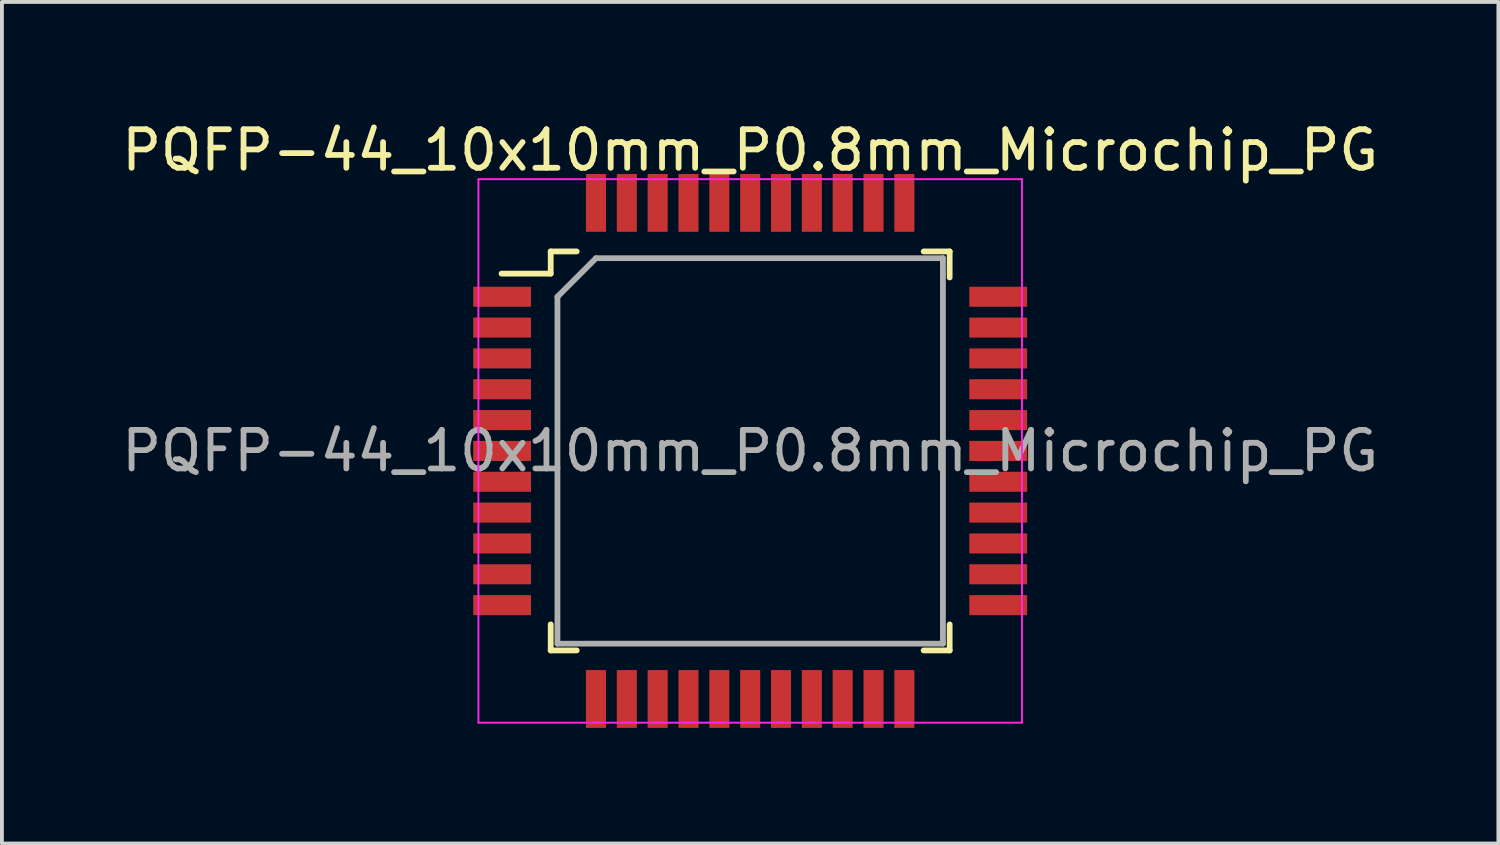
<source format=kicad_pcb>
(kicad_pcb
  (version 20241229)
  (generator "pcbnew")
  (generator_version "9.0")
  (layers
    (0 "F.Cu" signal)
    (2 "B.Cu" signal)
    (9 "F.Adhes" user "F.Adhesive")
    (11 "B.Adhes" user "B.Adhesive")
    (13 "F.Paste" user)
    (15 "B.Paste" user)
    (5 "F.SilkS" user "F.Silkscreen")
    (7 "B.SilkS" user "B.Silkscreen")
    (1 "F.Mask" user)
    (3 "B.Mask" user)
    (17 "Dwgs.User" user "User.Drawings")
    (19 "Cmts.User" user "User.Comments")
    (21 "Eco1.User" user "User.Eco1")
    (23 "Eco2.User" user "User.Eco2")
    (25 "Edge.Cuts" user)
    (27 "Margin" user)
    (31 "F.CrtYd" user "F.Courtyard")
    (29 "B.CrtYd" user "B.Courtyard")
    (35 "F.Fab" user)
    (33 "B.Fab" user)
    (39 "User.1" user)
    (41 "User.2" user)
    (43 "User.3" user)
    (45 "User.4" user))
  (footprint "PQFP-44_10x10mm_P0.8mm_Microchip_PG"
    (layer "F.Cu")
    (at 16.411 8.648)
    (property "Reference" "PQFP-44_10x10mm_P0.8mm_Microchip_PG" (at 0 -7.8 0) (layer "F.SilkS") (effects (font (size 1 1) (thickness 0.15))))
    (attr smd)
    (fp_line (start -5.175 -5.175) (end -5.175 -4.6) (stroke (width 0.15) (type solid)) (layer "F.SilkS"))
    (fp_line (start -5.175 -5.175) (end -4.5 -5.175) (stroke (width 0.15) (type solid)) (layer "F.SilkS"))
    (fp_line (start -5.175 -4.6) (end -6.45 -4.6) (stroke (width 0.15) (type solid)) (layer "F.SilkS"))
    (fp_line (start -5.175 5.175) (end -5.175 4.5) (stroke (width 0.15) (type solid)) (layer "F.SilkS"))
    (fp_line (start -5.175 5.175) (end -4.5 5.175) (stroke (width 0.15) (type solid)) (layer "F.SilkS"))
    (fp_line (start 5.175 -5.175) (end 4.5 -5.175) (stroke (width 0.15) (type solid)) (layer "F.SilkS"))
    (fp_line (start 5.175 -5.175) (end 5.175 -4.5) (stroke (width 0.15) (type solid)) (layer "F.SilkS"))
    (fp_line (start 5.175 5.175) (end 4.5 5.175) (stroke (width 0.15) (type solid)) (layer "F.SilkS"))
    (fp_line (start 5.175 5.175) (end 5.175 4.5) (stroke (width 0.15) (type solid)) (layer "F.SilkS"))
    (fp_line (start -7.05 -7.05) (end -7.05 7.05) (stroke (width 0.05) (type solid)) (layer "F.CrtYd"))
    (fp_line (start -7.05 -7.05) (end 7.05 -7.05) (stroke (width 0.05) (type solid)) (layer "F.CrtYd"))
    (fp_line (start -7.05 7.05) (end 7.05 7.05) (stroke (width 0.05) (type solid)) (layer "F.CrtYd"))
    (fp_line (start 7.05 -7.05) (end 7.05 7.05) (stroke (width 0.05) (type solid)) (layer "F.CrtYd"))
    (fp_line (start -5 -4) (end -4 -5) (stroke (width 0.15) (type solid)) (layer "F.Fab"))
    (fp_line (start -5 5) (end -5 -4) (stroke (width 0.15) (type solid)) (layer "F.Fab"))
    (fp_line (start -4 -5) (end 5 -5) (stroke (width 0.15) (type solid)) (layer "F.Fab"))
    (fp_line (start 5 -5) (end 5 5) (stroke (width 0.15) (type solid)) (layer "F.Fab"))
    (fp_line (start 5 5) (end -5 5) (stroke (width 0.15) (type solid)) (layer "F.Fab"))
    (fp_text user "${REFERENCE}" (at 0 0 0) (layer "F.Fab") (effects (font (size 1 1) (thickness 0.15))))
    (pad "1" smd rect (at -6.435 -4) (size 1.5 0.52) (layers "F.Cu" "F.Mask" "F.Paste"))
    (pad "2" smd rect (at -6.435 -3.2) (size 1.5 0.52) (layers "F.Cu" "F.Mask" "F.Paste"))
    (pad "3" smd rect (at -6.435 -2.4) (size 1.5 0.52) (layers "F.Cu" "F.Mask" "F.Paste"))
    (pad "4" smd rect (at -6.435 -1.6) (size 1.5 0.52) (layers "F.Cu" "F.Mask" "F.Paste"))
    (pad "5" smd rect (at -6.435 -0.8) (size 1.5 0.52) (layers "F.Cu" "F.Mask" "F.Paste"))
    (pad "6" smd rect (at -6.435 0) (size 1.5 0.52) (layers "F.Cu" "F.Mask" "F.Paste"))
    (pad "7" smd rect (at -6.435 0.8) (size 1.5 0.52) (layers "F.Cu" "F.Mask" "F.Paste"))
    (pad "8" smd rect (at -6.435 1.6) (size 1.5 0.52) (layers "F.Cu" "F.Mask" "F.Paste"))
    (pad "9" smd rect (at -6.435 2.4) (size 1.5 0.52) (layers "F.Cu" "F.Mask" "F.Paste"))
    (pad "10" smd rect (at -6.435 3.2) (size 1.5 0.52) (layers "F.Cu" "F.Mask" "F.Paste"))
    (pad "11" smd rect (at -6.435 4) (size 1.5 0.52) (layers "F.Cu" "F.Mask" "F.Paste"))
    (pad "12" smd rect (at -4 6.435) (size 0.52 1.5) (layers "F.Cu" "F.Mask" "F.Paste"))
    (pad "13" smd rect (at -3.2 6.435) (size 0.52 1.5) (layers "F.Cu" "F.Mask" "F.Paste"))
    (pad "14" smd rect (at -2.4 6.435) (size 0.52 1.5) (layers "F.Cu" "F.Mask" "F.Paste"))
    (pad "15" smd rect (at -1.6 6.435) (size 0.52 1.5) (layers "F.Cu" "F.Mask" "F.Paste"))
    (pad "16" smd rect (at -0.8 6.435) (size 0.52 1.5) (layers "F.Cu" "F.Mask" "F.Paste"))
    (pad "17" smd rect (at 0 6.435) (size 0.52 1.5) (layers "F.Cu" "F.Mask" "F.Paste"))
    (pad "18" smd rect (at 0.8 6.435) (size 0.52 1.5) (layers "F.Cu" "F.Mask" "F.Paste"))
    (pad "19" smd rect (at 1.6 6.435) (size 0.52 1.5) (layers "F.Cu" "F.Mask" "F.Paste"))
    (pad "20" smd rect (at 2.4 6.435) (size 0.52 1.5) (layers "F.Cu" "F.Mask" "F.Paste"))
    (pad "21" smd rect (at 3.2 6.435) (size 0.52 1.5) (layers "F.Cu" "F.Mask" "F.Paste"))
    (pad "22" smd rect (at 4 6.435) (size 0.52 1.5) (layers "F.Cu" "F.Mask" "F.Paste"))
    (pad "23" smd rect (at 6.435 4) (size 1.5 0.52) (layers "F.Cu" "F.Mask" "F.Paste"))
    (pad "24" smd rect (at 6.435 3.2) (size 1.5 0.52) (layers "F.Cu" "F.Mask" "F.Paste"))
    (pad "25" smd rect (at 6.435 2.4) (size 1.5 0.52) (layers "F.Cu" "F.Mask" "F.Paste"))
    (pad "26" smd rect (at 6.435 1.6) (size 1.5 0.52) (layers "F.Cu" "F.Mask" "F.Paste"))
    (pad "27" smd rect (at 6.435 0.8) (size 1.5 0.52) (layers "F.Cu" "F.Mask" "F.Paste"))
    (pad "28" smd rect (at 6.435 0) (size 1.5 0.52) (layers "F.Cu" "F.Mask" "F.Paste"))
    (pad "29" smd rect (at 6.435 -0.8) (size 1.5 0.52) (layers "F.Cu" "F.Mask" "F.Paste"))
    (pad "30" smd rect (at 6.435 -1.6) (size 1.5 0.52) (layers "F.Cu" "F.Mask" "F.Paste"))
    (pad "31" smd rect (at 6.435 -2.4) (size 1.5 0.52) (layers "F.Cu" "F.Mask" "F.Paste"))
    (pad "32" smd rect (at 6.435 -3.2) (size 1.5 0.52) (layers "F.Cu" "F.Mask" "F.Paste"))
    (pad "33" smd rect (at 6.435 -4) (size 1.5 0.52) (layers "F.Cu" "F.Mask" "F.Paste"))
    (pad "34" smd rect (at 4 -6.435) (size 0.52 1.5) (layers "F.Cu" "F.Mask" "F.Paste"))
    (pad "35" smd rect (at 3.2 -6.435) (size 0.52 1.5) (layers "F.Cu" "F.Mask" "F.Paste"))
    (pad "36" smd rect (at 2.4 -6.435) (size 0.52 1.5) (layers "F.Cu" "F.Mask" "F.Paste"))
    (pad "37" smd rect (at 1.6 -6.435) (size 0.52 1.5) (layers "F.Cu" "F.Mask" "F.Paste"))
    (pad "38" smd rect (at 0.8 -6.435) (size 0.52 1.5) (layers "F.Cu" "F.Mask" "F.Paste"))
    (pad "39" smd rect (at 0 -6.435) (size 0.52 1.5) (layers "F.Cu" "F.Mask" "F.Paste"))
    (pad "40" smd rect (at -0.8 -6.435) (size 0.52 1.5) (layers "F.Cu" "F.Mask" "F.Paste"))
    (pad "41" smd rect (at -1.6 -6.435) (size 0.52 1.5) (layers "F.Cu" "F.Mask" "F.Paste"))
    (pad "42" smd rect (at -2.4 -6.435) (size 0.52 1.5) (layers "F.Cu" "F.Mask" "F.Paste"))
    (pad "43" smd rect (at -3.2 -6.435) (size 0.52 1.5) (layers "F.Cu" "F.Mask" "F.Paste"))
    (pad "44" smd rect (at -4 -6.435) (size 0.52 1.5) (layers "F.Cu" "F.Mask" "F.Paste")))
  (gr_rect
    (start -3 -3)
    (end 35.821 18.833)
    (stroke (width 0.1) (type default))
    (fill no)
    (layer "Edge.Cuts")))
</source>
